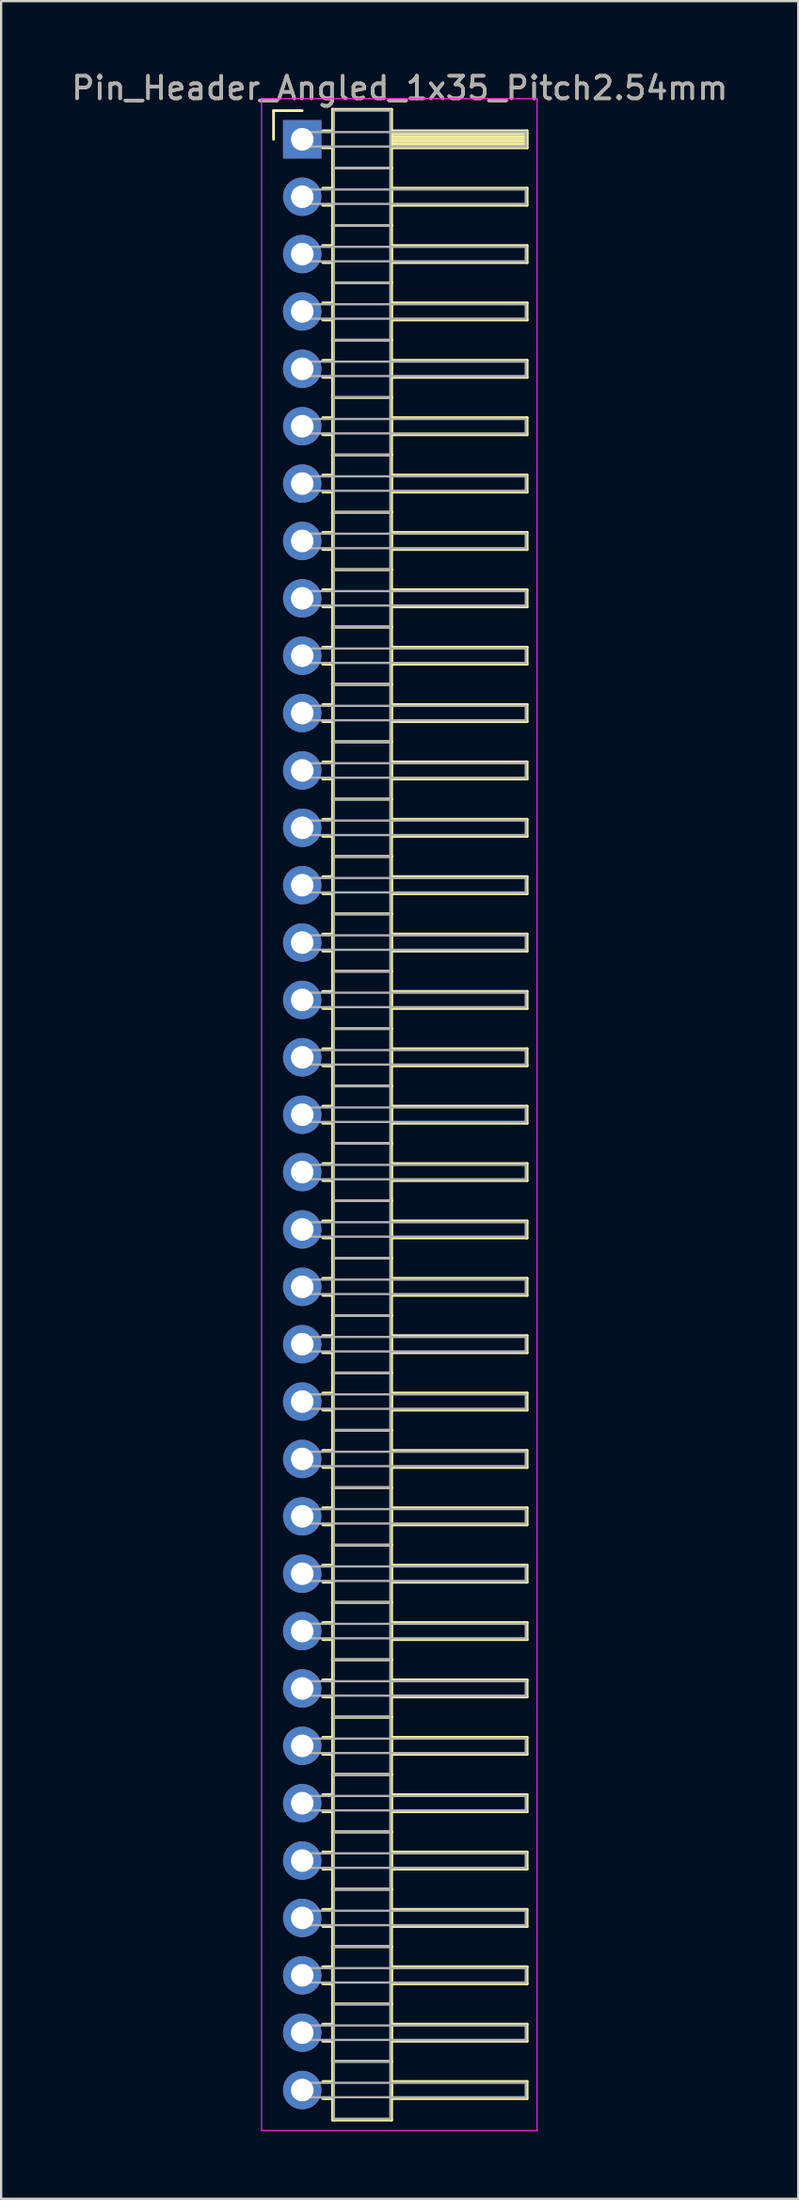
<source format=kicad_pcb>
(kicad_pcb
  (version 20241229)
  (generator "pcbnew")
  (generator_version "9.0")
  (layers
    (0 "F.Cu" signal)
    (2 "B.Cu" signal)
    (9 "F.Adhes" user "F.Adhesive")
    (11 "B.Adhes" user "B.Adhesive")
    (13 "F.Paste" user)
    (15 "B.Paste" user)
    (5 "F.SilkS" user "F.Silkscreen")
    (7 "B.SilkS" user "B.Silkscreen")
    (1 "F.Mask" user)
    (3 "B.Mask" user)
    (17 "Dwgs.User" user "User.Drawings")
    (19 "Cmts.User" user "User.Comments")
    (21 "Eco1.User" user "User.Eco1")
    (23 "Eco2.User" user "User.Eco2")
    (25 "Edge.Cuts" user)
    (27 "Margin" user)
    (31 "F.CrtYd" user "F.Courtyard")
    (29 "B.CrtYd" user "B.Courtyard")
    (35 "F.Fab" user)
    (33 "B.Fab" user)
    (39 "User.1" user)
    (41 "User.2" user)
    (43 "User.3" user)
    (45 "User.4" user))
  (footprint "Pin_Header_Angled_1x35_Pitch2.54mm"
    (layer "F.Cu")
    (at 10.334 3.118)
    (property "Reference" "Pin_Header_Angled_1x35_Pitch2.54mm" (at 4.315 -2.27 0) (layer "F.SilkS") (effects (font (size 1 1) (thickness 0.15))))
    (attr through_hole)
    (fp_line (start -1.27 -1.27) (end 0 -1.27) (stroke (width 0.12) (type solid)) (layer "F.SilkS"))
    (fp_line (start -1.27 0) (end -1.27 -1.27) (stroke (width 0.12) (type solid)) (layer "F.SilkS"))
    (fp_line (start 0.91 -0.38) (end 1.34 -0.38) (stroke (width 0.12) (type solid)) (layer "F.SilkS"))
    (fp_line (start 0.91 0.38) (end 1.34 0.38) (stroke (width 0.12) (type solid)) (layer "F.SilkS"))
    (fp_line (start 0.91 2.16) (end 1.34 2.16) (stroke (width 0.12) (type solid)) (layer "F.SilkS"))
    (fp_line (start 0.91 2.92) (end 1.34 2.92) (stroke (width 0.12) (type solid)) (layer "F.SilkS"))
    (fp_line (start 0.91 4.7) (end 1.34 4.7) (stroke (width 0.12) (type solid)) (layer "F.SilkS"))
    (fp_line (start 0.91 5.46) (end 1.34 5.46) (stroke (width 0.12) (type solid)) (layer "F.SilkS"))
    (fp_line (start 0.91 7.24) (end 1.34 7.24) (stroke (width 0.12) (type solid)) (layer "F.SilkS"))
    (fp_line (start 0.91 8) (end 1.34 8) (stroke (width 0.12) (type solid)) (layer "F.SilkS"))
    (fp_line (start 0.91 9.78) (end 1.34 9.78) (stroke (width 0.12) (type solid)) (layer "F.SilkS"))
    (fp_line (start 0.91 10.54) (end 1.34 10.54) (stroke (width 0.12) (type solid)) (layer "F.SilkS"))
    (fp_line (start 0.91 12.32) (end 1.34 12.32) (stroke (width 0.12) (type solid)) (layer "F.SilkS"))
    (fp_line (start 0.91 13.08) (end 1.34 13.08) (stroke (width 0.12) (type solid)) (layer "F.SilkS"))
    (fp_line (start 0.91 14.86) (end 1.34 14.86) (stroke (width 0.12) (type solid)) (layer "F.SilkS"))
    (fp_line (start 0.91 15.62) (end 1.34 15.62) (stroke (width 0.12) (type solid)) (layer "F.SilkS"))
    (fp_line (start 0.91 17.4) (end 1.34 17.4) (stroke (width 0.12) (type solid)) (layer "F.SilkS"))
    (fp_line (start 0.91 18.16) (end 1.34 18.16) (stroke (width 0.12) (type solid)) (layer "F.SilkS"))
    (fp_line (start 0.91 19.94) (end 1.34 19.94) (stroke (width 0.12) (type solid)) (layer "F.SilkS"))
    (fp_line (start 0.91 20.7) (end 1.34 20.7) (stroke (width 0.12) (type solid)) (layer "F.SilkS"))
    (fp_line (start 0.91 22.48) (end 1.34 22.48) (stroke (width 0.12) (type solid)) (layer "F.SilkS"))
    (fp_line (start 0.91 23.24) (end 1.34 23.24) (stroke (width 0.12) (type solid)) (layer "F.SilkS"))
    (fp_line (start 0.91 25.02) (end 1.34 25.02) (stroke (width 0.12) (type solid)) (layer "F.SilkS"))
    (fp_line (start 0.91 25.78) (end 1.34 25.78) (stroke (width 0.12) (type solid)) (layer "F.SilkS"))
    (fp_line (start 0.91 27.56) (end 1.34 27.56) (stroke (width 0.12) (type solid)) (layer "F.SilkS"))
    (fp_line (start 0.91 28.32) (end 1.34 28.32) (stroke (width 0.12) (type solid)) (layer "F.SilkS"))
    (fp_line (start 0.91 30.1) (end 1.34 30.1) (stroke (width 0.12) (type solid)) (layer "F.SilkS"))
    (fp_line (start 0.91 30.86) (end 1.34 30.86) (stroke (width 0.12) (type solid)) (layer "F.SilkS"))
    (fp_line (start 0.91 32.64) (end 1.34 32.64) (stroke (width 0.12) (type solid)) (layer "F.SilkS"))
    (fp_line (start 0.91 33.4) (end 1.34 33.4) (stroke (width 0.12) (type solid)) (layer "F.SilkS"))
    (fp_line (start 0.91 35.18) (end 1.34 35.18) (stroke (width 0.12) (type solid)) (layer "F.SilkS"))
    (fp_line (start 0.91 35.94) (end 1.34 35.94) (stroke (width 0.12) (type solid)) (layer "F.SilkS"))
    (fp_line (start 0.91 37.72) (end 1.34 37.72) (stroke (width 0.12) (type solid)) (layer "F.SilkS"))
    (fp_line (start 0.91 38.48) (end 1.34 38.48) (stroke (width 0.12) (type solid)) (layer "F.SilkS"))
    (fp_line (start 0.91 40.26) (end 1.34 40.26) (stroke (width 0.12) (type solid)) (layer "F.SilkS"))
    (fp_line (start 0.91 41.02) (end 1.34 41.02) (stroke (width 0.12) (type solid)) (layer "F.SilkS"))
    (fp_line (start 0.91 42.8) (end 1.34 42.8) (stroke (width 0.12) (type solid)) (layer "F.SilkS"))
    (fp_line (start 0.91 43.56) (end 1.34 43.56) (stroke (width 0.12) (type solid)) (layer "F.SilkS"))
    (fp_line (start 0.91 45.34) (end 1.34 45.34) (stroke (width 0.12) (type solid)) (layer "F.SilkS"))
    (fp_line (start 0.91 46.1) (end 1.34 46.1) (stroke (width 0.12) (type solid)) (layer "F.SilkS"))
    (fp_line (start 0.91 47.88) (end 1.34 47.88) (stroke (width 0.12) (type solid)) (layer "F.SilkS"))
    (fp_line (start 0.91 48.64) (end 1.34 48.64) (stroke (width 0.12) (type solid)) (layer "F.SilkS"))
    (fp_line (start 0.91 50.42) (end 1.34 50.42) (stroke (width 0.12) (type solid)) (layer "F.SilkS"))
    (fp_line (start 0.91 51.18) (end 1.34 51.18) (stroke (width 0.12) (type solid)) (layer "F.SilkS"))
    (fp_line (start 0.91 52.96) (end 1.34 52.96) (stroke (width 0.12) (type solid)) (layer "F.SilkS"))
    (fp_line (start 0.91 53.72) (end 1.34 53.72) (stroke (width 0.12) (type solid)) (layer "F.SilkS"))
    (fp_line (start 0.91 55.5) (end 1.34 55.5) (stroke (width 0.12) (type solid)) (layer "F.SilkS"))
    (fp_line (start 0.91 56.26) (end 1.34 56.26) (stroke (width 0.12) (type solid)) (layer "F.SilkS"))
    (fp_line (start 0.91 58.04) (end 1.34 58.04) (stroke (width 0.12) (type solid)) (layer "F.SilkS"))
    (fp_line (start 0.91 58.8) (end 1.34 58.8) (stroke (width 0.12) (type solid)) (layer "F.SilkS"))
    (fp_line (start 0.91 60.58) (end 1.34 60.58) (stroke (width 0.12) (type solid)) (layer "F.SilkS"))
    (fp_line (start 0.91 61.34) (end 1.34 61.34) (stroke (width 0.12) (type solid)) (layer "F.SilkS"))
    (fp_line (start 0.91 63.12) (end 1.34 63.12) (stroke (width 0.12) (type solid)) (layer "F.SilkS"))
    (fp_line (start 0.91 63.88) (end 1.34 63.88) (stroke (width 0.12) (type solid)) (layer "F.SilkS"))
    (fp_line (start 0.91 65.66) (end 1.34 65.66) (stroke (width 0.12) (type solid)) (layer "F.SilkS"))
    (fp_line (start 0.91 66.42) (end 1.34 66.42) (stroke (width 0.12) (type solid)) (layer "F.SilkS"))
    (fp_line (start 0.91 68.2) (end 1.34 68.2) (stroke (width 0.12) (type solid)) (layer "F.SilkS"))
    (fp_line (start 0.91 68.96) (end 1.34 68.96) (stroke (width 0.12) (type solid)) (layer "F.SilkS"))
    (fp_line (start 0.91 70.74) (end 1.34 70.74) (stroke (width 0.12) (type solid)) (layer "F.SilkS"))
    (fp_line (start 0.91 71.5) (end 1.34 71.5) (stroke (width 0.12) (type solid)) (layer "F.SilkS"))
    (fp_line (start 0.91 73.28) (end 1.34 73.28) (stroke (width 0.12) (type solid)) (layer "F.SilkS"))
    (fp_line (start 0.91 74.04) (end 1.34 74.04) (stroke (width 0.12) (type solid)) (layer "F.SilkS"))
    (fp_line (start 0.91 75.82) (end 1.34 75.82) (stroke (width 0.12) (type solid)) (layer "F.SilkS"))
    (fp_line (start 0.91 76.58) (end 1.34 76.58) (stroke (width 0.12) (type solid)) (layer "F.SilkS"))
    (fp_line (start 0.91 78.36) (end 1.34 78.36) (stroke (width 0.12) (type solid)) (layer "F.SilkS"))
    (fp_line (start 0.91 79.12) (end 1.34 79.12) (stroke (width 0.12) (type solid)) (layer "F.SilkS"))
    (fp_line (start 0.91 80.9) (end 1.34 80.9) (stroke (width 0.12) (type solid)) (layer "F.SilkS"))
    (fp_line (start 0.91 81.66) (end 1.34 81.66) (stroke (width 0.12) (type solid)) (layer "F.SilkS"))
    (fp_line (start 0.91 83.44) (end 1.34 83.44) (stroke (width 0.12) (type solid)) (layer "F.SilkS"))
    (fp_line (start 0.91 84.2) (end 1.34 84.2) (stroke (width 0.12) (type solid)) (layer "F.SilkS"))
    (fp_line (start 0.91 85.98) (end 1.34 85.98) (stroke (width 0.12) (type solid)) (layer "F.SilkS"))
    (fp_line (start 0.91 86.74) (end 1.34 86.74) (stroke (width 0.12) (type solid)) (layer "F.SilkS"))
    (fp_line (start 1.34 -1.33) (end 1.34 1.27) (stroke (width 0.12) (type solid)) (layer "F.SilkS"))
    (fp_line (start 1.34 1.27) (end 1.34 3.81) (stroke (width 0.12) (type solid)) (layer "F.SilkS"))
    (fp_line (start 1.34 1.27) (end 3.96 1.27) (stroke (width 0.12) (type solid)) (layer "F.SilkS"))
    (fp_line (start 1.34 3.81) (end 1.34 6.35) (stroke (width 0.12) (type solid)) (layer "F.SilkS"))
    (fp_line (start 1.34 3.81) (end 3.96 3.81) (stroke (width 0.12) (type solid)) (layer "F.SilkS"))
    (fp_line (start 1.34 6.35) (end 1.34 8.89) (stroke (width 0.12) (type solid)) (layer "F.SilkS"))
    (fp_line (start 1.34 6.35) (end 3.96 6.35) (stroke (width 0.12) (type solid)) (layer "F.SilkS"))
    (fp_line (start 1.34 8.89) (end 1.34 11.43) (stroke (width 0.12) (type solid)) (layer "F.SilkS"))
    (fp_line (start 1.34 8.89) (end 3.96 8.89) (stroke (width 0.12) (type solid)) (layer "F.SilkS"))
    (fp_line (start 1.34 11.43) (end 1.34 13.97) (stroke (width 0.12) (type solid)) (layer "F.SilkS"))
    (fp_line (start 1.34 11.43) (end 3.96 11.43) (stroke (width 0.12) (type solid)) (layer "F.SilkS"))
    (fp_line (start 1.34 13.97) (end 1.34 16.51) (stroke (width 0.12) (type solid)) (layer "F.SilkS"))
    (fp_line (start 1.34 13.97) (end 3.96 13.97) (stroke (width 0.12) (type solid)) (layer "F.SilkS"))
    (fp_line (start 1.34 16.51) (end 1.34 19.05) (stroke (width 0.12) (type solid)) (layer "F.SilkS"))
    (fp_line (start 1.34 16.51) (end 3.96 16.51) (stroke (width 0.12) (type solid)) (layer "F.SilkS"))
    (fp_line (start 1.34 19.05) (end 1.34 21.59) (stroke (width 0.12) (type solid)) (layer "F.SilkS"))
    (fp_line (start 1.34 19.05) (end 3.96 19.05) (stroke (width 0.12) (type solid)) (layer "F.SilkS"))
    (fp_line (start 1.34 21.59) (end 1.34 24.13) (stroke (width 0.12) (type solid)) (layer "F.SilkS"))
    (fp_line (start 1.34 21.59) (end 3.96 21.59) (stroke (width 0.12) (type solid)) (layer "F.SilkS"))
    (fp_line (start 1.34 24.13) (end 1.34 26.67) (stroke (width 0.12) (type solid)) (layer "F.SilkS"))
    (fp_line (start 1.34 24.13) (end 3.96 24.13) (stroke (width 0.12) (type solid)) (layer "F.SilkS"))
    (fp_line (start 1.34 26.67) (end 1.34 29.21) (stroke (width 0.12) (type solid)) (layer "F.SilkS"))
    (fp_line (start 1.34 26.67) (end 3.96 26.67) (stroke (width 0.12) (type solid)) (layer "F.SilkS"))
    (fp_line (start 1.34 29.21) (end 1.34 31.75) (stroke (width 0.12) (type solid)) (layer "F.SilkS"))
    (fp_line (start 1.34 29.21) (end 3.96 29.21) (stroke (width 0.12) (type solid)) (layer "F.SilkS"))
    (fp_line (start 1.34 31.75) (end 1.34 34.29) (stroke (width 0.12) (type solid)) (layer "F.SilkS"))
    (fp_line (start 1.34 31.75) (end 3.96 31.75) (stroke (width 0.12) (type solid)) (layer "F.SilkS"))
    (fp_line (start 1.34 34.29) (end 1.34 36.83) (stroke (width 0.12) (type solid)) (layer "F.SilkS"))
    (fp_line (start 1.34 34.29) (end 3.96 34.29) (stroke (width 0.12) (type solid)) (layer "F.SilkS"))
    (fp_line (start 1.34 36.83) (end 1.34 39.37) (stroke (width 0.12) (type solid)) (layer "F.SilkS"))
    (fp_line (start 1.34 36.83) (end 3.96 36.83) (stroke (width 0.12) (type solid)) (layer "F.SilkS"))
    (fp_line (start 1.34 39.37) (end 1.34 41.91) (stroke (width 0.12) (type solid)) (layer "F.SilkS"))
    (fp_line (start 1.34 39.37) (end 3.96 39.37) (stroke (width 0.12) (type solid)) (layer "F.SilkS"))
    (fp_line (start 1.34 41.91) (end 1.34 44.45) (stroke (width 0.12) (type solid)) (layer "F.SilkS"))
    (fp_line (start 1.34 41.91) (end 3.96 41.91) (stroke (width 0.12) (type solid)) (layer "F.SilkS"))
    (fp_line (start 1.34 44.45) (end 1.34 46.99) (stroke (width 0.12) (type solid)) (layer "F.SilkS"))
    (fp_line (start 1.34 44.45) (end 3.96 44.45) (stroke (width 0.12) (type solid)) (layer "F.SilkS"))
    (fp_line (start 1.34 46.99) (end 1.34 49.53) (stroke (width 0.12) (type solid)) (layer "F.SilkS"))
    (fp_line (start 1.34 46.99) (end 3.96 46.99) (stroke (width 0.12) (type solid)) (layer "F.SilkS"))
    (fp_line (start 1.34 49.53) (end 1.34 52.07) (stroke (width 0.12) (type solid)) (layer "F.SilkS"))
    (fp_line (start 1.34 49.53) (end 3.96 49.53) (stroke (width 0.12) (type solid)) (layer "F.SilkS"))
    (fp_line (start 1.34 52.07) (end 1.34 54.61) (stroke (width 0.12) (type solid)) (layer "F.SilkS"))
    (fp_line (start 1.34 52.07) (end 3.96 52.07) (stroke (width 0.12) (type solid)) (layer "F.SilkS"))
    (fp_line (start 1.34 54.61) (end 1.34 57.15) (stroke (width 0.12) (type solid)) (layer "F.SilkS"))
    (fp_line (start 1.34 54.61) (end 3.96 54.61) (stroke (width 0.12) (type solid)) (layer "F.SilkS"))
    (fp_line (start 1.34 57.15) (end 1.34 59.69) (stroke (width 0.12) (type solid)) (layer "F.SilkS"))
    (fp_line (start 1.34 57.15) (end 3.96 57.15) (stroke (width 0.12) (type solid)) (layer "F.SilkS"))
    (fp_line (start 1.34 59.69) (end 1.34 62.23) (stroke (width 0.12) (type solid)) (layer "F.SilkS"))
    (fp_line (start 1.34 59.69) (end 3.96 59.69) (stroke (width 0.12) (type solid)) (layer "F.SilkS"))
    (fp_line (start 1.34 62.23) (end 1.34 64.77) (stroke (width 0.12) (type solid)) (layer "F.SilkS"))
    (fp_line (start 1.34 62.23) (end 3.96 62.23) (stroke (width 0.12) (type solid)) (layer "F.SilkS"))
    (fp_line (start 1.34 64.77) (end 1.34 67.31) (stroke (width 0.12) (type solid)) (layer "F.SilkS"))
    (fp_line (start 1.34 64.77) (end 3.96 64.77) (stroke (width 0.12) (type solid)) (layer "F.SilkS"))
    (fp_line (start 1.34 67.31) (end 1.34 69.85) (stroke (width 0.12) (type solid)) (layer "F.SilkS"))
    (fp_line (start 1.34 67.31) (end 3.96 67.31) (stroke (width 0.12) (type solid)) (layer "F.SilkS"))
    (fp_line (start 1.34 69.85) (end 1.34 72.39) (stroke (width 0.12) (type solid)) (layer "F.SilkS"))
    (fp_line (start 1.34 69.85) (end 3.96 69.85) (stroke (width 0.12) (type solid)) (layer "F.SilkS"))
    (fp_line (start 1.34 72.39) (end 1.34 74.93) (stroke (width 0.12) (type solid)) (layer "F.SilkS"))
    (fp_line (start 1.34 72.39) (end 3.96 72.39) (stroke (width 0.12) (type solid)) (layer "F.SilkS"))
    (fp_line (start 1.34 74.93) (end 1.34 77.47) (stroke (width 0.12) (type solid)) (layer "F.SilkS"))
    (fp_line (start 1.34 74.93) (end 3.96 74.93) (stroke (width 0.12) (type solid)) (layer "F.SilkS"))
    (fp_line (start 1.34 77.47) (end 1.34 80.01) (stroke (width 0.12) (type solid)) (layer "F.SilkS"))
    (fp_line (start 1.34 77.47) (end 3.96 77.47) (stroke (width 0.12) (type solid)) (layer "F.SilkS"))
    (fp_line (start 1.34 80.01) (end 1.34 82.55) (stroke (width 0.12) (type solid)) (layer "F.SilkS"))
    (fp_line (start 1.34 80.01) (end 3.96 80.01) (stroke (width 0.12) (type solid)) (layer "F.SilkS"))
    (fp_line (start 1.34 82.55) (end 1.34 85.09) (stroke (width 0.12) (type solid)) (layer "F.SilkS"))
    (fp_line (start 1.34 82.55) (end 3.96 82.55) (stroke (width 0.12) (type solid)) (layer "F.SilkS"))
    (fp_line (start 1.34 85.09) (end 1.34 87.69) (stroke (width 0.12) (type solid)) (layer "F.SilkS"))
    (fp_line (start 1.34 85.09) (end 3.96 85.09) (stroke (width 0.12) (type solid)) (layer "F.SilkS"))
    (fp_line (start 1.34 87.69) (end 3.96 87.69) (stroke (width 0.12) (type solid)) (layer "F.SilkS"))
    (fp_line (start 3.96 -1.33) (end 1.34 -1.33) (stroke (width 0.12) (type solid)) (layer "F.SilkS"))
    (fp_line (start 3.96 -0.38) (end 3.96 0.38) (stroke (width 0.12) (type solid)) (layer "F.SilkS"))
    (fp_line (start 3.96 -0.26) (end 9.96 -0.26) (stroke (width 0.12) (type solid)) (layer "F.SilkS"))
    (fp_line (start 3.96 -0.14) (end 9.96 -0.14) (stroke (width 0.12) (type solid)) (layer "F.SilkS"))
    (fp_line (start 3.96 -0.02) (end 9.96 -0.02) (stroke (width 0.12) (type solid)) (layer "F.SilkS"))
    (fp_line (start 3.96 0.1) (end 9.96 0.1) (stroke (width 0.12) (type solid)) (layer "F.SilkS"))
    (fp_line (start 3.96 0.22) (end 9.96 0.22) (stroke (width 0.12) (type solid)) (layer "F.SilkS"))
    (fp_line (start 3.96 0.34) (end 9.96 0.34) (stroke (width 0.12) (type solid)) (layer "F.SilkS"))
    (fp_line (start 3.96 0.38) (end 9.96 0.38) (stroke (width 0.12) (type solid)) (layer "F.SilkS"))
    (fp_line (start 3.96 1.27) (end 1.34 1.27) (stroke (width 0.12) (type solid)) (layer "F.SilkS"))
    (fp_line (start 3.96 1.27) (end 3.96 -1.33) (stroke (width 0.12) (type solid)) (layer "F.SilkS"))
    (fp_line (start 3.96 2.16) (end 3.96 2.92) (stroke (width 0.12) (type solid)) (layer "F.SilkS"))
    (fp_line (start 3.96 2.92) (end 9.96 2.92) (stroke (width 0.12) (type solid)) (layer "F.SilkS"))
    (fp_line (start 3.96 3.81) (end 1.34 3.81) (stroke (width 0.12) (type solid)) (layer "F.SilkS"))
    (fp_line (start 3.96 3.81) (end 3.96 1.27) (stroke (width 0.12) (type solid)) (layer "F.SilkS"))
    (fp_line (start 3.96 4.7) (end 3.96 5.46) (stroke (width 0.12) (type solid)) (layer "F.SilkS"))
    (fp_line (start 3.96 5.46) (end 9.96 5.46) (stroke (width 0.12) (type solid)) (layer "F.SilkS"))
    (fp_line (start 3.96 6.35) (end 1.34 6.35) (stroke (width 0.12) (type solid)) (layer "F.SilkS"))
    (fp_line (start 3.96 6.35) (end 3.96 3.81) (stroke (width 0.12) (type solid)) (layer "F.SilkS"))
    (fp_line (start 3.96 7.24) (end 3.96 8) (stroke (width 0.12) (type solid)) (layer "F.SilkS"))
    (fp_line (start 3.96 8) (end 9.96 8) (stroke (width 0.12) (type solid)) (layer "F.SilkS"))
    (fp_line (start 3.96 8.89) (end 1.34 8.89) (stroke (width 0.12) (type solid)) (layer "F.SilkS"))
    (fp_line (start 3.96 8.89) (end 3.96 6.35) (stroke (width 0.12) (type solid)) (layer "F.SilkS"))
    (fp_line (start 3.96 9.78) (end 3.96 10.54) (stroke (width 0.12) (type solid)) (layer "F.SilkS"))
    (fp_line (start 3.96 10.54) (end 9.96 10.54) (stroke (width 0.12) (type solid)) (layer "F.SilkS"))
    (fp_line (start 3.96 11.43) (end 1.34 11.43) (stroke (width 0.12) (type solid)) (layer "F.SilkS"))
    (fp_line (start 3.96 11.43) (end 3.96 8.89) (stroke (width 0.12) (type solid)) (layer "F.SilkS"))
    (fp_line (start 3.96 12.32) (end 3.96 13.08) (stroke (width 0.12) (type solid)) (layer "F.SilkS"))
    (fp_line (start 3.96 13.08) (end 9.96 13.08) (stroke (width 0.12) (type solid)) (layer "F.SilkS"))
    (fp_line (start 3.96 13.97) (end 1.34 13.97) (stroke (width 0.12) (type solid)) (layer "F.SilkS"))
    (fp_line (start 3.96 13.97) (end 3.96 11.43) (stroke (width 0.12) (type solid)) (layer "F.SilkS"))
    (fp_line (start 3.96 14.86) (end 3.96 15.62) (stroke (width 0.12) (type solid)) (layer "F.SilkS"))
    (fp_line (start 3.96 15.62) (end 9.96 15.62) (stroke (width 0.12) (type solid)) (layer "F.SilkS"))
    (fp_line (start 3.96 16.51) (end 1.34 16.51) (stroke (width 0.12) (type solid)) (layer "F.SilkS"))
    (fp_line (start 3.96 16.51) (end 3.96 13.97) (stroke (width 0.12) (type solid)) (layer "F.SilkS"))
    (fp_line (start 3.96 17.4) (end 3.96 18.16) (stroke (width 0.12) (type solid)) (layer "F.SilkS"))
    (fp_line (start 3.96 18.16) (end 9.96 18.16) (stroke (width 0.12) (type solid)) (layer "F.SilkS"))
    (fp_line (start 3.96 19.05) (end 1.34 19.05) (stroke (width 0.12) (type solid)) (layer "F.SilkS"))
    (fp_line (start 3.96 19.05) (end 3.96 16.51) (stroke (width 0.12) (type solid)) (layer "F.SilkS"))
    (fp_line (start 3.96 19.94) (end 3.96 20.7) (stroke (width 0.12) (type solid)) (layer "F.SilkS"))
    (fp_line (start 3.96 20.7) (end 9.96 20.7) (stroke (width 0.12) (type solid)) (layer "F.SilkS"))
    (fp_line (start 3.96 21.59) (end 1.34 21.59) (stroke (width 0.12) (type solid)) (layer "F.SilkS"))
    (fp_line (start 3.96 21.59) (end 3.96 19.05) (stroke (width 0.12) (type solid)) (layer "F.SilkS"))
    (fp_line (start 3.96 22.48) (end 3.96 23.24) (stroke (width 0.12) (type solid)) (layer "F.SilkS"))
    (fp_line (start 3.96 23.24) (end 9.96 23.24) (stroke (width 0.12) (type solid)) (layer "F.SilkS"))
    (fp_line (start 3.96 24.13) (end 1.34 24.13) (stroke (width 0.12) (type solid)) (layer "F.SilkS"))
    (fp_line (start 3.96 24.13) (end 3.96 21.59) (stroke (width 0.12) (type solid)) (layer "F.SilkS"))
    (fp_line (start 3.96 25.02) (end 3.96 25.78) (stroke (width 0.12) (type solid)) (layer "F.SilkS"))
    (fp_line (start 3.96 25.78) (end 9.96 25.78) (stroke (width 0.12) (type solid)) (layer "F.SilkS"))
    (fp_line (start 3.96 26.67) (end 1.34 26.67) (stroke (width 0.12) (type solid)) (layer "F.SilkS"))
    (fp_line (start 3.96 26.67) (end 3.96 24.13) (stroke (width 0.12) (type solid)) (layer "F.SilkS"))
    (fp_line (start 3.96 27.56) (end 3.96 28.32) (stroke (width 0.12) (type solid)) (layer "F.SilkS"))
    (fp_line (start 3.96 28.32) (end 9.96 28.32) (stroke (width 0.12) (type solid)) (layer "F.SilkS"))
    (fp_line (start 3.96 29.21) (end 1.34 29.21) (stroke (width 0.12) (type solid)) (layer "F.SilkS"))
    (fp_line (start 3.96 29.21) (end 3.96 26.67) (stroke (width 0.12) (type solid)) (layer "F.SilkS"))
    (fp_line (start 3.96 30.1) (end 3.96 30.86) (stroke (width 0.12) (type solid)) (layer "F.SilkS"))
    (fp_line (start 3.96 30.86) (end 9.96 30.86) (stroke (width 0.12) (type solid)) (layer "F.SilkS"))
    (fp_line (start 3.96 31.75) (end 1.34 31.75) (stroke (width 0.12) (type solid)) (layer "F.SilkS"))
    (fp_line (start 3.96 31.75) (end 3.96 29.21) (stroke (width 0.12) (type solid)) (layer "F.SilkS"))
    (fp_line (start 3.96 32.64) (end 3.96 33.4) (stroke (width 0.12) (type solid)) (layer "F.SilkS"))
    (fp_line (start 3.96 33.4) (end 9.96 33.4) (stroke (width 0.12) (type solid)) (layer "F.SilkS"))
    (fp_line (start 3.96 34.29) (end 1.34 34.29) (stroke (width 0.12) (type solid)) (layer "F.SilkS"))
    (fp_line (start 3.96 34.29) (end 3.96 31.75) (stroke (width 0.12) (type solid)) (layer "F.SilkS"))
    (fp_line (start 3.96 35.18) (end 3.96 35.94) (stroke (width 0.12) (type solid)) (layer "F.SilkS"))
    (fp_line (start 3.96 35.94) (end 9.96 35.94) (stroke (width 0.12) (type solid)) (layer "F.SilkS"))
    (fp_line (start 3.96 36.83) (end 1.34 36.83) (stroke (width 0.12) (type solid)) (layer "F.SilkS"))
    (fp_line (start 3.96 36.83) (end 3.96 34.29) (stroke (width 0.12) (type solid)) (layer "F.SilkS"))
    (fp_line (start 3.96 37.72) (end 3.96 38.48) (stroke (width 0.12) (type solid)) (layer "F.SilkS"))
    (fp_line (start 3.96 38.48) (end 9.96 38.48) (stroke (width 0.12) (type solid)) (layer "F.SilkS"))
    (fp_line (start 3.96 39.37) (end 1.34 39.37) (stroke (width 0.12) (type solid)) (layer "F.SilkS"))
    (fp_line (start 3.96 39.37) (end 3.96 36.83) (stroke (width 0.12) (type solid)) (layer "F.SilkS"))
    (fp_line (start 3.96 40.26) (end 3.96 41.02) (stroke (width 0.12) (type solid)) (layer "F.SilkS"))
    (fp_line (start 3.96 41.02) (end 9.96 41.02) (stroke (width 0.12) (type solid)) (layer "F.SilkS"))
    (fp_line (start 3.96 41.91) (end 1.34 41.91) (stroke (width 0.12) (type solid)) (layer "F.SilkS"))
    (fp_line (start 3.96 41.91) (end 3.96 39.37) (stroke (width 0.12) (type solid)) (layer "F.SilkS"))
    (fp_line (start 3.96 42.8) (end 3.96 43.56) (stroke (width 0.12) (type solid)) (layer "F.SilkS"))
    (fp_line (start 3.96 43.56) (end 9.96 43.56) (stroke (width 0.12) (type solid)) (layer "F.SilkS"))
    (fp_line (start 3.96 44.45) (end 1.34 44.45) (stroke (width 0.12) (type solid)) (layer "F.SilkS"))
    (fp_line (start 3.96 44.45) (end 3.96 41.91) (stroke (width 0.12) (type solid)) (layer "F.SilkS"))
    (fp_line (start 3.96 45.34) (end 3.96 46.1) (stroke (width 0.12) (type solid)) (layer "F.SilkS"))
    (fp_line (start 3.96 46.1) (end 9.96 46.1) (stroke (width 0.12) (type solid)) (layer "F.SilkS"))
    (fp_line (start 3.96 46.99) (end 1.34 46.99) (stroke (width 0.12) (type solid)) (layer "F.SilkS"))
    (fp_line (start 3.96 46.99) (end 3.96 44.45) (stroke (width 0.12) (type solid)) (layer "F.SilkS"))
    (fp_line (start 3.96 47.88) (end 3.96 48.64) (stroke (width 0.12) (type solid)) (layer "F.SilkS"))
    (fp_line (start 3.96 48.64) (end 9.96 48.64) (stroke (width 0.12) (type solid)) (layer "F.SilkS"))
    (fp_line (start 3.96 49.53) (end 1.34 49.53) (stroke (width 0.12) (type solid)) (layer "F.SilkS"))
    (fp_line (start 3.96 49.53) (end 3.96 46.99) (stroke (width 0.12) (type solid)) (layer "F.SilkS"))
    (fp_line (start 3.96 50.42) (end 3.96 51.18) (stroke (width 0.12) (type solid)) (layer "F.SilkS"))
    (fp_line (start 3.96 51.18) (end 9.96 51.18) (stroke (width 0.12) (type solid)) (layer "F.SilkS"))
    (fp_line (start 3.96 52.07) (end 1.34 52.07) (stroke (width 0.12) (type solid)) (layer "F.SilkS"))
    (fp_line (start 3.96 52.07) (end 3.96 49.53) (stroke (width 0.12) (type solid)) (layer "F.SilkS"))
    (fp_line (start 3.96 52.96) (end 3.96 53.72) (stroke (width 0.12) (type solid)) (layer "F.SilkS"))
    (fp_line (start 3.96 53.72) (end 9.96 53.72) (stroke (width 0.12) (type solid)) (layer "F.SilkS"))
    (fp_line (start 3.96 54.61) (end 1.34 54.61) (stroke (width 0.12) (type solid)) (layer "F.SilkS"))
    (fp_line (start 3.96 54.61) (end 3.96 52.07) (stroke (width 0.12) (type solid)) (layer "F.SilkS"))
    (fp_line (start 3.96 55.5) (end 3.96 56.26) (stroke (width 0.12) (type solid)) (layer "F.SilkS"))
    (fp_line (start 3.96 56.26) (end 9.96 56.26) (stroke (width 0.12) (type solid)) (layer "F.SilkS"))
    (fp_line (start 3.96 57.15) (end 1.34 57.15) (stroke (width 0.12) (type solid)) (layer "F.SilkS"))
    (fp_line (start 3.96 57.15) (end 3.96 54.61) (stroke (width 0.12) (type solid)) (layer "F.SilkS"))
    (fp_line (start 3.96 58.04) (end 3.96 58.8) (stroke (width 0.12) (type solid)) (layer "F.SilkS"))
    (fp_line (start 3.96 58.8) (end 9.96 58.8) (stroke (width 0.12) (type solid)) (layer "F.SilkS"))
    (fp_line (start 3.96 59.69) (end 1.34 59.69) (stroke (width 0.12) (type solid)) (layer "F.SilkS"))
    (fp_line (start 3.96 59.69) (end 3.96 57.15) (stroke (width 0.12) (type solid)) (layer "F.SilkS"))
    (fp_line (start 3.96 60.58) (end 3.96 61.34) (stroke (width 0.12) (type solid)) (layer "F.SilkS"))
    (fp_line (start 3.96 61.34) (end 9.96 61.34) (stroke (width 0.12) (type solid)) (layer "F.SilkS"))
    (fp_line (start 3.96 62.23) (end 1.34 62.23) (stroke (width 0.12) (type solid)) (layer "F.SilkS"))
    (fp_line (start 3.96 62.23) (end 3.96 59.69) (stroke (width 0.12) (type solid)) (layer "F.SilkS"))
    (fp_line (start 3.96 63.12) (end 3.96 63.88) (stroke (width 0.12) (type solid)) (layer "F.SilkS"))
    (fp_line (start 3.96 63.88) (end 9.96 63.88) (stroke (width 0.12) (type solid)) (layer "F.SilkS"))
    (fp_line (start 3.96 64.77) (end 1.34 64.77) (stroke (width 0.12) (type solid)) (layer "F.SilkS"))
    (fp_line (start 3.96 64.77) (end 3.96 62.23) (stroke (width 0.12) (type solid)) (layer "F.SilkS"))
    (fp_line (start 3.96 65.66) (end 3.96 66.42) (stroke (width 0.12) (type solid)) (layer "F.SilkS"))
    (fp_line (start 3.96 66.42) (end 9.96 66.42) (stroke (width 0.12) (type solid)) (layer "F.SilkS"))
    (fp_line (start 3.96 67.31) (end 1.34 67.31) (stroke (width 0.12) (type solid)) (layer "F.SilkS"))
    (fp_line (start 3.96 67.31) (end 3.96 64.77) (stroke (width 0.12) (type solid)) (layer "F.SilkS"))
    (fp_line (start 3.96 68.2) (end 3.96 68.96) (stroke (width 0.12) (type solid)) (layer "F.SilkS"))
    (fp_line (start 3.96 68.96) (end 9.96 68.96) (stroke (width 0.12) (type solid)) (layer "F.SilkS"))
    (fp_line (start 3.96 69.85) (end 1.34 69.85) (stroke (width 0.12) (type solid)) (layer "F.SilkS"))
    (fp_line (start 3.96 69.85) (end 3.96 67.31) (stroke (width 0.12) (type solid)) (layer "F.SilkS"))
    (fp_line (start 3.96 70.74) (end 3.96 71.5) (stroke (width 0.12) (type solid)) (layer "F.SilkS"))
    (fp_line (start 3.96 71.5) (end 9.96 71.5) (stroke (width 0.12) (type solid)) (layer "F.SilkS"))
    (fp_line (start 3.96 72.39) (end 1.34 72.39) (stroke (width 0.12) (type solid)) (layer "F.SilkS"))
    (fp_line (start 3.96 72.39) (end 3.96 69.85) (stroke (width 0.12) (type solid)) (layer "F.SilkS"))
    (fp_line (start 3.96 73.28) (end 3.96 74.04) (stroke (width 0.12) (type solid)) (layer "F.SilkS"))
    (fp_line (start 3.96 74.04) (end 9.96 74.04) (stroke (width 0.12) (type solid)) (layer "F.SilkS"))
    (fp_line (start 3.96 74.93) (end 1.34 74.93) (stroke (width 0.12) (type solid)) (layer "F.SilkS"))
    (fp_line (start 3.96 74.93) (end 3.96 72.39) (stroke (width 0.12) (type solid)) (layer "F.SilkS"))
    (fp_line (start 3.96 75.82) (end 3.96 76.58) (stroke (width 0.12) (type solid)) (layer "F.SilkS"))
    (fp_line (start 3.96 76.58) (end 9.96 76.58) (stroke (width 0.12) (type solid)) (layer "F.SilkS"))
    (fp_line (start 3.96 77.47) (end 1.34 77.47) (stroke (width 0.12) (type solid)) (layer "F.SilkS"))
    (fp_line (start 3.96 77.47) (end 3.96 74.93) (stroke (width 0.12) (type solid)) (layer "F.SilkS"))
    (fp_line (start 3.96 78.36) (end 3.96 79.12) (stroke (width 0.12) (type solid)) (layer "F.SilkS"))
    (fp_line (start 3.96 79.12) (end 9.96 79.12) (stroke (width 0.12) (type solid)) (layer "F.SilkS"))
    (fp_line (start 3.96 80.01) (end 1.34 80.01) (stroke (width 0.12) (type solid)) (layer "F.SilkS"))
    (fp_line (start 3.96 80.01) (end 3.96 77.47) (stroke (width 0.12) (type solid)) (layer "F.SilkS"))
    (fp_line (start 3.96 80.9) (end 3.96 81.66) (stroke (width 0.12) (type solid)) (layer "F.SilkS"))
    (fp_line (start 3.96 81.66) (end 9.96 81.66) (stroke (width 0.12) (type solid)) (layer "F.SilkS"))
    (fp_line (start 3.96 82.55) (end 1.34 82.55) (stroke (width 0.12) (type solid)) (layer "F.SilkS"))
    (fp_line (start 3.96 82.55) (end 3.96 80.01) (stroke (width 0.12) (type solid)) (layer "F.SilkS"))
    (fp_line (start 3.96 83.44) (end 3.96 84.2) (stroke (width 0.12) (type solid)) (layer "F.SilkS"))
    (fp_line (start 3.96 84.2) (end 9.96 84.2) (stroke (width 0.12) (type solid)) (layer "F.SilkS"))
    (fp_line (start 3.96 85.09) (end 1.34 85.09) (stroke (width 0.12) (type solid)) (layer "F.SilkS"))
    (fp_line (start 3.96 85.09) (end 3.96 82.55) (stroke (width 0.12) (type solid)) (layer "F.SilkS"))
    (fp_line (start 3.96 85.98) (end 3.96 86.74) (stroke (width 0.12) (type solid)) (layer "F.SilkS"))
    (fp_line (start 3.96 86.74) (end 9.96 86.74) (stroke (width 0.12) (type solid)) (layer "F.SilkS"))
    (fp_line (start 3.96 87.69) (end 3.96 85.09) (stroke (width 0.12) (type solid)) (layer "F.SilkS"))
    (fp_line (start 9.96 -0.38) (end 3.96 -0.38) (stroke (width 0.12) (type solid)) (layer "F.SilkS"))
    (fp_line (start 9.96 0.38) (end 9.96 -0.38) (stroke (width 0.12) (type solid)) (layer "F.SilkS"))
    (fp_line (start 9.96 2.16) (end 3.96 2.16) (stroke (width 0.12) (type solid)) (layer "F.SilkS"))
    (fp_line (start 9.96 2.92) (end 9.96 2.16) (stroke (width 0.12) (type solid)) (layer "F.SilkS"))
    (fp_line (start 9.96 4.7) (end 3.96 4.7) (stroke (width 0.12) (type solid)) (layer "F.SilkS"))
    (fp_line (start 9.96 5.46) (end 9.96 4.7) (stroke (width 0.12) (type solid)) (layer "F.SilkS"))
    (fp_line (start 9.96 7.24) (end 3.96 7.24) (stroke (width 0.12) (type solid)) (layer "F.SilkS"))
    (fp_line (start 9.96 8) (end 9.96 7.24) (stroke (width 0.12) (type solid)) (layer "F.SilkS"))
    (fp_line (start 9.96 9.78) (end 3.96 9.78) (stroke (width 0.12) (type solid)) (layer "F.SilkS"))
    (fp_line (start 9.96 10.54) (end 9.96 9.78) (stroke (width 0.12) (type solid)) (layer "F.SilkS"))
    (fp_line (start 9.96 12.32) (end 3.96 12.32) (stroke (width 0.12) (type solid)) (layer "F.SilkS"))
    (fp_line (start 9.96 13.08) (end 9.96 12.32) (stroke (width 0.12) (type solid)) (layer "F.SilkS"))
    (fp_line (start 9.96 14.86) (end 3.96 14.86) (stroke (width 0.12) (type solid)) (layer "F.SilkS"))
    (fp_line (start 9.96 15.62) (end 9.96 14.86) (stroke (width 0.12) (type solid)) (layer "F.SilkS"))
    (fp_line (start 9.96 17.4) (end 3.96 17.4) (stroke (width 0.12) (type solid)) (layer "F.SilkS"))
    (fp_line (start 9.96 18.16) (end 9.96 17.4) (stroke (width 0.12) (type solid)) (layer "F.SilkS"))
    (fp_line (start 9.96 19.94) (end 3.96 19.94) (stroke (width 0.12) (type solid)) (layer "F.SilkS"))
    (fp_line (start 9.96 20.7) (end 9.96 19.94) (stroke (width 0.12) (type solid)) (layer "F.SilkS"))
    (fp_line (start 9.96 22.48) (end 3.96 22.48) (stroke (width 0.12) (type solid)) (layer "F.SilkS"))
    (fp_line (start 9.96 23.24) (end 9.96 22.48) (stroke (width 0.12) (type solid)) (layer "F.SilkS"))
    (fp_line (start 9.96 25.02) (end 3.96 25.02) (stroke (width 0.12) (type solid)) (layer "F.SilkS"))
    (fp_line (start 9.96 25.78) (end 9.96 25.02) (stroke (width 0.12) (type solid)) (layer "F.SilkS"))
    (fp_line (start 9.96 27.56) (end 3.96 27.56) (stroke (width 0.12) (type solid)) (layer "F.SilkS"))
    (fp_line (start 9.96 28.32) (end 9.96 27.56) (stroke (width 0.12) (type solid)) (layer "F.SilkS"))
    (fp_line (start 9.96 30.1) (end 3.96 30.1) (stroke (width 0.12) (type solid)) (layer "F.SilkS"))
    (fp_line (start 9.96 30.86) (end 9.96 30.1) (stroke (width 0.12) (type solid)) (layer "F.SilkS"))
    (fp_line (start 9.96 32.64) (end 3.96 32.64) (stroke (width 0.12) (type solid)) (layer "F.SilkS"))
    (fp_line (start 9.96 33.4) (end 9.96 32.64) (stroke (width 0.12) (type solid)) (layer "F.SilkS"))
    (fp_line (start 9.96 35.18) (end 3.96 35.18) (stroke (width 0.12) (type solid)) (layer "F.SilkS"))
    (fp_line (start 9.96 35.94) (end 9.96 35.18) (stroke (width 0.12) (type solid)) (layer "F.SilkS"))
    (fp_line (start 9.96 37.72) (end 3.96 37.72) (stroke (width 0.12) (type solid)) (layer "F.SilkS"))
    (fp_line (start 9.96 38.48) (end 9.96 37.72) (stroke (width 0.12) (type solid)) (layer "F.SilkS"))
    (fp_line (start 9.96 40.26) (end 3.96 40.26) (stroke (width 0.12) (type solid)) (layer "F.SilkS"))
    (fp_line (start 9.96 41.02) (end 9.96 40.26) (stroke (width 0.12) (type solid)) (layer "F.SilkS"))
    (fp_line (start 9.96 42.8) (end 3.96 42.8) (stroke (width 0.12) (type solid)) (layer "F.SilkS"))
    (fp_line (start 9.96 43.56) (end 9.96 42.8) (stroke (width 0.12) (type solid)) (layer "F.SilkS"))
    (fp_line (start 9.96 45.34) (end 3.96 45.34) (stroke (width 0.12) (type solid)) (layer "F.SilkS"))
    (fp_line (start 9.96 46.1) (end 9.96 45.34) (stroke (width 0.12) (type solid)) (layer "F.SilkS"))
    (fp_line (start 9.96 47.88) (end 3.96 47.88) (stroke (width 0.12) (type solid)) (layer "F.SilkS"))
    (fp_line (start 9.96 48.64) (end 9.96 47.88) (stroke (width 0.12) (type solid)) (layer "F.SilkS"))
    (fp_line (start 9.96 50.42) (end 3.96 50.42) (stroke (width 0.12) (type solid)) (layer "F.SilkS"))
    (fp_line (start 9.96 51.18) (end 9.96 50.42) (stroke (width 0.12) (type solid)) (layer "F.SilkS"))
    (fp_line (start 9.96 52.96) (end 3.96 52.96) (stroke (width 0.12) (type solid)) (layer "F.SilkS"))
    (fp_line (start 9.96 53.72) (end 9.96 52.96) (stroke (width 0.12) (type solid)) (layer "F.SilkS"))
    (fp_line (start 9.96 55.5) (end 3.96 55.5) (stroke (width 0.12) (type solid)) (layer "F.SilkS"))
    (fp_line (start 9.96 56.26) (end 9.96 55.5) (stroke (width 0.12) (type solid)) (layer "F.SilkS"))
    (fp_line (start 9.96 58.04) (end 3.96 58.04) (stroke (width 0.12) (type solid)) (layer "F.SilkS"))
    (fp_line (start 9.96 58.8) (end 9.96 58.04) (stroke (width 0.12) (type solid)) (layer "F.SilkS"))
    (fp_line (start 9.96 60.58) (end 3.96 60.58) (stroke (width 0.12) (type solid)) (layer "F.SilkS"))
    (fp_line (start 9.96 61.34) (end 9.96 60.58) (stroke (width 0.12) (type solid)) (layer "F.SilkS"))
    (fp_line (start 9.96 63.12) (end 3.96 63.12) (stroke (width 0.12) (type solid)) (layer "F.SilkS"))
    (fp_line (start 9.96 63.88) (end 9.96 63.12) (stroke (width 0.12) (type solid)) (layer "F.SilkS"))
    (fp_line (start 9.96 65.66) (end 3.96 65.66) (stroke (width 0.12) (type solid)) (layer "F.SilkS"))
    (fp_line (start 9.96 66.42) (end 9.96 65.66) (stroke (width 0.12) (type solid)) (layer "F.SilkS"))
    (fp_line (start 9.96 68.2) (end 3.96 68.2) (stroke (width 0.12) (type solid)) (layer "F.SilkS"))
    (fp_line (start 9.96 68.96) (end 9.96 68.2) (stroke (width 0.12) (type solid)) (layer "F.SilkS"))
    (fp_line (start 9.96 70.74) (end 3.96 70.74) (stroke (width 0.12) (type solid)) (layer "F.SilkS"))
    (fp_line (start 9.96 71.5) (end 9.96 70.74) (stroke (width 0.12) (type solid)) (layer "F.SilkS"))
    (fp_line (start 9.96 73.28) (end 3.96 73.28) (stroke (width 0.12) (type solid)) (layer "F.SilkS"))
    (fp_line (start 9.96 74.04) (end 9.96 73.28) (stroke (width 0.12) (type solid)) (layer "F.SilkS"))
    (fp_line (start 9.96 75.82) (end 3.96 75.82) (stroke (width 0.12) (type solid)) (layer "F.SilkS"))
    (fp_line (start 9.96 76.58) (end 9.96 75.82) (stroke (width 0.12) (type solid)) (layer "F.SilkS"))
    (fp_line (start 9.96 78.36) (end 3.96 78.36) (stroke (width 0.12) (type solid)) (layer "F.SilkS"))
    (fp_line (start 9.96 79.12) (end 9.96 78.36) (stroke (width 0.12) (type solid)) (layer "F.SilkS"))
    (fp_line (start 9.96 80.9) (end 3.96 80.9) (stroke (width 0.12) (type solid)) (layer "F.SilkS"))
    (fp_line (start 9.96 81.66) (end 9.96 80.9) (stroke (width 0.12) (type solid)) (layer "F.SilkS"))
    (fp_line (start 9.96 83.44) (end 3.96 83.44) (stroke (width 0.12) (type solid)) (layer "F.SilkS"))
    (fp_line (start 9.96 84.2) (end 9.96 83.44) (stroke (width 0.12) (type solid)) (layer "F.SilkS"))
    (fp_line (start 9.96 85.98) (end 3.96 85.98) (stroke (width 0.12) (type solid)) (layer "F.SilkS"))
    (fp_line (start 9.96 86.74) (end 9.96 85.98) (stroke (width 0.12) (type solid)) (layer "F.SilkS"))
    (fp_line (start -1.8 -1.8) (end -1.8 88.15) (stroke (width 0.05) (type solid)) (layer "F.CrtYd"))
    (fp_line (start -1.8 88.15) (end 10.4 88.15) (stroke (width 0.05) (type solid)) (layer "F.CrtYd"))
    (fp_line (start 10.4 -1.8) (end -1.8 -1.8) (stroke (width 0.05) (type solid)) (layer "F.CrtYd"))
    (fp_line (start 10.4 88.15) (end 10.4 -1.8) (stroke (width 0.05) (type solid)) (layer "F.CrtYd"))
    (fp_line (start 0 -0.32) (end 0 0.32) (stroke (width 0.1) (type solid)) (layer "F.Fab"))
    (fp_line (start 0 0.32) (end 9.9 0.32) (stroke (width 0.1) (type solid)) (layer "F.Fab"))
    (fp_line (start 0 2.22) (end 0 2.86) (stroke (width 0.1) (type solid)) (layer "F.Fab"))
    (fp_line (start 0 2.86) (end 9.9 2.86) (stroke (width 0.1) (type solid)) (layer "F.Fab"))
    (fp_line (start 0 4.76) (end 0 5.4) (stroke (width 0.1) (type solid)) (layer "F.Fab"))
    (fp_line (start 0 5.4) (end 9.9 5.4) (stroke (width 0.1) (type solid)) (layer "F.Fab"))
    (fp_line (start 0 7.3) (end 0 7.94) (stroke (width 0.1) (type solid)) (layer "F.Fab"))
    (fp_line (start 0 7.94) (end 9.9 7.94) (stroke (width 0.1) (type solid)) (layer "F.Fab"))
    (fp_line (start 0 9.84) (end 0 10.48) (stroke (width 0.1) (type solid)) (layer "F.Fab"))
    (fp_line (start 0 10.48) (end 9.9 10.48) (stroke (width 0.1) (type solid)) (layer "F.Fab"))
    (fp_line (start 0 12.38) (end 0 13.02) (stroke (width 0.1) (type solid)) (layer "F.Fab"))
    (fp_line (start 0 13.02) (end 9.9 13.02) (stroke (width 0.1) (type solid)) (layer "F.Fab"))
    (fp_line (start 0 14.92) (end 0 15.56) (stroke (width 0.1) (type solid)) (layer "F.Fab"))
    (fp_line (start 0 15.56) (end 9.9 15.56) (stroke (width 0.1) (type solid)) (layer "F.Fab"))
    (fp_line (start 0 17.46) (end 0 18.1) (stroke (width 0.1) (type solid)) (layer "F.Fab"))
    (fp_line (start 0 18.1) (end 9.9 18.1) (stroke (width 0.1) (type solid)) (layer "F.Fab"))
    (fp_line (start 0 20) (end 0 20.64) (stroke (width 0.1) (type solid)) (layer "F.Fab"))
    (fp_line (start 0 20.64) (end 9.9 20.64) (stroke (width 0.1) (type solid)) (layer "F.Fab"))
    (fp_line (start 0 22.54) (end 0 23.18) (stroke (width 0.1) (type solid)) (layer "F.Fab"))
    (fp_line (start 0 23.18) (end 9.9 23.18) (stroke (width 0.1) (type solid)) (layer "F.Fab"))
    (fp_line (start 0 25.08) (end 0 25.72) (stroke (width 0.1) (type solid)) (layer "F.Fab"))
    (fp_line (start 0 25.72) (end 9.9 25.72) (stroke (width 0.1) (type solid)) (layer "F.Fab"))
    (fp_line (start 0 27.62) (end 0 28.26) (stroke (width 0.1) (type solid)) (layer "F.Fab"))
    (fp_line (start 0 28.26) (end 9.9 28.26) (stroke (width 0.1) (type solid)) (layer "F.Fab"))
    (fp_line (start 0 30.16) (end 0 30.8) (stroke (width 0.1) (type solid)) (layer "F.Fab"))
    (fp_line (start 0 30.8) (end 9.9 30.8) (stroke (width 0.1) (type solid)) (layer "F.Fab"))
    (fp_line (start 0 32.7) (end 0 33.34) (stroke (width 0.1) (type solid)) (layer "F.Fab"))
    (fp_line (start 0 33.34) (end 9.9 33.34) (stroke (width 0.1) (type solid)) (layer "F.Fab"))
    (fp_line (start 0 35.24) (end 0 35.88) (stroke (width 0.1) (type solid)) (layer "F.Fab"))
    (fp_line (start 0 35.88) (end 9.9 35.88) (stroke (width 0.1) (type solid)) (layer "F.Fab"))
    (fp_line (start 0 37.78) (end 0 38.42) (stroke (width 0.1) (type solid)) (layer "F.Fab"))
    (fp_line (start 0 38.42) (end 9.9 38.42) (stroke (width 0.1) (type solid)) (layer "F.Fab"))
    (fp_line (start 0 40.32) (end 0 40.96) (stroke (width 0.1) (type solid)) (layer "F.Fab"))
    (fp_line (start 0 40.96) (end 9.9 40.96) (stroke (width 0.1) (type solid)) (layer "F.Fab"))
    (fp_line (start 0 42.86) (end 0 43.5) (stroke (width 0.1) (type solid)) (layer "F.Fab"))
    (fp_line (start 0 43.5) (end 9.9 43.5) (stroke (width 0.1) (type solid)) (layer "F.Fab"))
    (fp_line (start 0 45.4) (end 0 46.04) (stroke (width 0.1) (type solid)) (layer "F.Fab"))
    (fp_line (start 0 46.04) (end 9.9 46.04) (stroke (width 0.1) (type solid)) (layer "F.Fab"))
    (fp_line (start 0 47.94) (end 0 48.58) (stroke (width 0.1) (type solid)) (layer "F.Fab"))
    (fp_line (start 0 48.58) (end 9.9 48.58) (stroke (width 0.1) (type solid)) (layer "F.Fab"))
    (fp_line (start 0 50.48) (end 0 51.12) (stroke (width 0.1) (type solid)) (layer "F.Fab"))
    (fp_line (start 0 51.12) (end 9.9 51.12) (stroke (width 0.1) (type solid)) (layer "F.Fab"))
    (fp_line (start 0 53.02) (end 0 53.66) (stroke (width 0.1) (type solid)) (layer "F.Fab"))
    (fp_line (start 0 53.66) (end 9.9 53.66) (stroke (width 0.1) (type solid)) (layer "F.Fab"))
    (fp_line (start 0 55.56) (end 0 56.2) (stroke (width 0.1) (type solid)) (layer "F.Fab"))
    (fp_line (start 0 56.2) (end 9.9 56.2) (stroke (width 0.1) (type solid)) (layer "F.Fab"))
    (fp_line (start 0 58.1) (end 0 58.74) (stroke (width 0.1) (type solid)) (layer "F.Fab"))
    (fp_line (start 0 58.74) (end 9.9 58.74) (stroke (width 0.1) (type solid)) (layer "F.Fab"))
    (fp_line (start 0 60.64) (end 0 61.28) (stroke (width 0.1) (type solid)) (layer "F.Fab"))
    (fp_line (start 0 61.28) (end 9.9 61.28) (stroke (width 0.1) (type solid)) (layer "F.Fab"))
    (fp_line (start 0 63.18) (end 0 63.82) (stroke (width 0.1) (type solid)) (layer "F.Fab"))
    (fp_line (start 0 63.82) (end 9.9 63.82) (stroke (width 0.1) (type solid)) (layer "F.Fab"))
    (fp_line (start 0 65.72) (end 0 66.36) (stroke (width 0.1) (type solid)) (layer "F.Fab"))
    (fp_line (start 0 66.36) (end 9.9 66.36) (stroke (width 0.1) (type solid)) (layer "F.Fab"))
    (fp_line (start 0 68.26) (end 0 68.9) (stroke (width 0.1) (type solid)) (layer "F.Fab"))
    (fp_line (start 0 68.9) (end 9.9 68.9) (stroke (width 0.1) (type solid)) (layer "F.Fab"))
    (fp_line (start 0 70.8) (end 0 71.44) (stroke (width 0.1) (type solid)) (layer "F.Fab"))
    (fp_line (start 0 71.44) (end 9.9 71.44) (stroke (width 0.1) (type solid)) (layer "F.Fab"))
    (fp_line (start 0 73.34) (end 0 73.98) (stroke (width 0.1) (type solid)) (layer "F.Fab"))
    (fp_line (start 0 73.98) (end 9.9 73.98) (stroke (width 0.1) (type solid)) (layer "F.Fab"))
    (fp_line (start 0 75.88) (end 0 76.52) (stroke (width 0.1) (type solid)) (layer "F.Fab"))
    (fp_line (start 0 76.52) (end 9.9 76.52) (stroke (width 0.1) (type solid)) (layer "F.Fab"))
    (fp_line (start 0 78.42) (end 0 79.06) (stroke (width 0.1) (type solid)) (layer "F.Fab"))
    (fp_line (start 0 79.06) (end 9.9 79.06) (stroke (width 0.1) (type solid)) (layer "F.Fab"))
    (fp_line (start 0 80.96) (end 0 81.6) (stroke (width 0.1) (type solid)) (layer "F.Fab"))
    (fp_line (start 0 81.6) (end 9.9 81.6) (stroke (width 0.1) (type solid)) (layer "F.Fab"))
    (fp_line (start 0 83.5) (end 0 84.14) (stroke (width 0.1) (type solid)) (layer "F.Fab"))
    (fp_line (start 0 84.14) (end 9.9 84.14) (stroke (width 0.1) (type solid)) (layer "F.Fab"))
    (fp_line (start 0 86.04) (end 0 86.68) (stroke (width 0.1) (type solid)) (layer "F.Fab"))
    (fp_line (start 0 86.68) (end 9.9 86.68) (stroke (width 0.1) (type solid)) (layer "F.Fab"))
    (fp_line (start 1.4 -1.27) (end 1.4 1.27) (stroke (width 0.1) (type solid)) (layer "F.Fab"))
    (fp_line (start 1.4 1.27) (end 1.4 3.81) (stroke (width 0.1) (type solid)) (layer "F.Fab"))
    (fp_line (start 1.4 1.27) (end 3.9 1.27) (stroke (width 0.1) (type solid)) (layer "F.Fab"))
    (fp_line (start 1.4 3.81) (end 1.4 6.35) (stroke (width 0.1) (type solid)) (layer "F.Fab"))
    (fp_line (start 1.4 3.81) (end 3.9 3.81) (stroke (width 0.1) (type solid)) (layer "F.Fab"))
    (fp_line (start 1.4 6.35) (end 1.4 8.89) (stroke (width 0.1) (type solid)) (layer "F.Fab"))
    (fp_line (start 1.4 6.35) (end 3.9 6.35) (stroke (width 0.1) (type solid)) (layer "F.Fab"))
    (fp_line (start 1.4 8.89) (end 1.4 11.43) (stroke (width 0.1) (type solid)) (layer "F.Fab"))
    (fp_line (start 1.4 8.89) (end 3.9 8.89) (stroke (width 0.1) (type solid)) (layer "F.Fab"))
    (fp_line (start 1.4 11.43) (end 1.4 13.97) (stroke (width 0.1) (type solid)) (layer "F.Fab"))
    (fp_line (start 1.4 11.43) (end 3.9 11.43) (stroke (width 0.1) (type solid)) (layer "F.Fab"))
    (fp_line (start 1.4 13.97) (end 1.4 16.51) (stroke (width 0.1) (type solid)) (layer "F.Fab"))
    (fp_line (start 1.4 13.97) (end 3.9 13.97) (stroke (width 0.1) (type solid)) (layer "F.Fab"))
    (fp_line (start 1.4 16.51) (end 1.4 19.05) (stroke (width 0.1) (type solid)) (layer "F.Fab"))
    (fp_line (start 1.4 16.51) (end 3.9 16.51) (stroke (width 0.1) (type solid)) (layer "F.Fab"))
    (fp_line (start 1.4 19.05) (end 1.4 21.59) (stroke (width 0.1) (type solid)) (layer "F.Fab"))
    (fp_line (start 1.4 19.05) (end 3.9 19.05) (stroke (width 0.1) (type solid)) (layer "F.Fab"))
    (fp_line (start 1.4 21.59) (end 1.4 24.13) (stroke (width 0.1) (type solid)) (layer "F.Fab"))
    (fp_line (start 1.4 21.59) (end 3.9 21.59) (stroke (width 0.1) (type solid)) (layer "F.Fab"))
    (fp_line (start 1.4 24.13) (end 1.4 26.67) (stroke (width 0.1) (type solid)) (layer "F.Fab"))
    (fp_line (start 1.4 24.13) (end 3.9 24.13) (stroke (width 0.1) (type solid)) (layer "F.Fab"))
    (fp_line (start 1.4 26.67) (end 1.4 29.21) (stroke (width 0.1) (type solid)) (layer "F.Fab"))
    (fp_line (start 1.4 26.67) (end 3.9 26.67) (stroke (width 0.1) (type solid)) (layer "F.Fab"))
    (fp_line (start 1.4 29.21) (end 1.4 31.75) (stroke (width 0.1) (type solid)) (layer "F.Fab"))
    (fp_line (start 1.4 29.21) (end 3.9 29.21) (stroke (width 0.1) (type solid)) (layer "F.Fab"))
    (fp_line (start 1.4 31.75) (end 1.4 34.29) (stroke (width 0.1) (type solid)) (layer "F.Fab"))
    (fp_line (start 1.4 31.75) (end 3.9 31.75) (stroke (width 0.1) (type solid)) (layer "F.Fab"))
    (fp_line (start 1.4 34.29) (end 1.4 36.83) (stroke (width 0.1) (type solid)) (layer "F.Fab"))
    (fp_line (start 1.4 34.29) (end 3.9 34.29) (stroke (width 0.1) (type solid)) (layer "F.Fab"))
    (fp_line (start 1.4 36.83) (end 1.4 39.37) (stroke (width 0.1) (type solid)) (layer "F.Fab"))
    (fp_line (start 1.4 36.83) (end 3.9 36.83) (stroke (width 0.1) (type solid)) (layer "F.Fab"))
    (fp_line (start 1.4 39.37) (end 1.4 41.91) (stroke (width 0.1) (type solid)) (layer "F.Fab"))
    (fp_line (start 1.4 39.37) (end 3.9 39.37) (stroke (width 0.1) (type solid)) (layer "F.Fab"))
    (fp_line (start 1.4 41.91) (end 1.4 44.45) (stroke (width 0.1) (type solid)) (layer "F.Fab"))
    (fp_line (start 1.4 41.91) (end 3.9 41.91) (stroke (width 0.1) (type solid)) (layer "F.Fab"))
    (fp_line (start 1.4 44.45) (end 1.4 46.99) (stroke (width 0.1) (type solid)) (layer "F.Fab"))
    (fp_line (start 1.4 44.45) (end 3.9 44.45) (stroke (width 0.1) (type solid)) (layer "F.Fab"))
    (fp_line (start 1.4 46.99) (end 1.4 49.53) (stroke (width 0.1) (type solid)) (layer "F.Fab"))
    (fp_line (start 1.4 46.99) (end 3.9 46.99) (stroke (width 0.1) (type solid)) (layer "F.Fab"))
    (fp_line (start 1.4 49.53) (end 1.4 52.07) (stroke (width 0.1) (type solid)) (layer "F.Fab"))
    (fp_line (start 1.4 49.53) (end 3.9 49.53) (stroke (width 0.1) (type solid)) (layer "F.Fab"))
    (fp_line (start 1.4 52.07) (end 1.4 54.61) (stroke (width 0.1) (type solid)) (layer "F.Fab"))
    (fp_line (start 1.4 52.07) (end 3.9 52.07) (stroke (width 0.1) (type solid)) (layer "F.Fab"))
    (fp_line (start 1.4 54.61) (end 1.4 57.15) (stroke (width 0.1) (type solid)) (layer "F.Fab"))
    (fp_line (start 1.4 54.61) (end 3.9 54.61) (stroke (width 0.1) (type solid)) (layer "F.Fab"))
    (fp_line (start 1.4 57.15) (end 1.4 59.69) (stroke (width 0.1) (type solid)) (layer "F.Fab"))
    (fp_line (start 1.4 57.15) (end 3.9 57.15) (stroke (width 0.1) (type solid)) (layer "F.Fab"))
    (fp_line (start 1.4 59.69) (end 1.4 62.23) (stroke (width 0.1) (type solid)) (layer "F.Fab"))
    (fp_line (start 1.4 59.69) (end 3.9 59.69) (stroke (width 0.1) (type solid)) (layer "F.Fab"))
    (fp_line (start 1.4 62.23) (end 1.4 64.77) (stroke (width 0.1) (type solid)) (layer "F.Fab"))
    (fp_line (start 1.4 62.23) (end 3.9 62.23) (stroke (width 0.1) (type solid)) (layer "F.Fab"))
    (fp_line (start 1.4 64.77) (end 1.4 67.31) (stroke (width 0.1) (type solid)) (layer "F.Fab"))
    (fp_line (start 1.4 64.77) (end 3.9 64.77) (stroke (width 0.1) (type solid)) (layer "F.Fab"))
    (fp_line (start 1.4 67.31) (end 1.4 69.85) (stroke (width 0.1) (type solid)) (layer "F.Fab"))
    (fp_line (start 1.4 67.31) (end 3.9 67.31) (stroke (width 0.1) (type solid)) (layer "F.Fab"))
    (fp_line (start 1.4 69.85) (end 1.4 72.39) (stroke (width 0.1) (type solid)) (layer "F.Fab"))
    (fp_line (start 1.4 69.85) (end 3.9 69.85) (stroke (width 0.1) (type solid)) (layer "F.Fab"))
    (fp_line (start 1.4 72.39) (end 1.4 74.93) (stroke (width 0.1) (type solid)) (layer "F.Fab"))
    (fp_line (start 1.4 72.39) (end 3.9 72.39) (stroke (width 0.1) (type solid)) (layer "F.Fab"))
    (fp_line (start 1.4 74.93) (end 1.4 77.47) (stroke (width 0.1) (type solid)) (layer "F.Fab"))
    (fp_line (start 1.4 74.93) (end 3.9 74.93) (stroke (width 0.1) (type solid)) (layer "F.Fab"))
    (fp_line (start 1.4 77.47) (end 1.4 80.01) (stroke (width 0.1) (type solid)) (layer "F.Fab"))
    (fp_line (start 1.4 77.47) (end 3.9 77.47) (stroke (width 0.1) (type solid)) (layer "F.Fab"))
    (fp_line (start 1.4 80.01) (end 1.4 82.55) (stroke (width 0.1) (type solid)) (layer "F.Fab"))
    (fp_line (start 1.4 80.01) (end 3.9 80.01) (stroke (width 0.1) (type solid)) (layer "F.Fab"))
    (fp_line (start 1.4 82.55) (end 1.4 85.09) (stroke (width 0.1) (type solid)) (layer "F.Fab"))
    (fp_line (start 1.4 82.55) (end 3.9 82.55) (stroke (width 0.1) (type solid)) (layer "F.Fab"))
    (fp_line (start 1.4 85.09) (end 1.4 87.63) (stroke (width 0.1) (type solid)) (layer "F.Fab"))
    (fp_line (start 1.4 85.09) (end 3.9 85.09) (stroke (width 0.1) (type solid)) (layer "F.Fab"))
    (fp_line (start 1.4 87.63) (end 3.9 87.63) (stroke (width 0.1) (type solid)) (layer "F.Fab"))
    (fp_line (start 3.9 -1.27) (end 1.4 -1.27) (stroke (width 0.1) (type solid)) (layer "F.Fab"))
    (fp_line (start 3.9 1.27) (end 1.4 1.27) (stroke (width 0.1) (type solid)) (layer "F.Fab"))
    (fp_line (start 3.9 1.27) (end 3.9 -1.27) (stroke (width 0.1) (type solid)) (layer "F.Fab"))
    (fp_line (start 3.9 3.81) (end 1.4 3.81) (stroke (width 0.1) (type solid)) (layer "F.Fab"))
    (fp_line (start 3.9 3.81) (end 3.9 1.27) (stroke (width 0.1) (type solid)) (layer "F.Fab"))
    (fp_line (start 3.9 6.35) (end 1.4 6.35) (stroke (width 0.1) (type solid)) (layer "F.Fab"))
    (fp_line (start 3.9 6.35) (end 3.9 3.81) (stroke (width 0.1) (type solid)) (layer "F.Fab"))
    (fp_line (start 3.9 8.89) (end 1.4 8.89) (stroke (width 0.1) (type solid)) (layer "F.Fab"))
    (fp_line (start 3.9 8.89) (end 3.9 6.35) (stroke (width 0.1) (type solid)) (layer "F.Fab"))
    (fp_line (start 3.9 11.43) (end 1.4 11.43) (stroke (width 0.1) (type solid)) (layer "F.Fab"))
    (fp_line (start 3.9 11.43) (end 3.9 8.89) (stroke (width 0.1) (type solid)) (layer "F.Fab"))
    (fp_line (start 3.9 13.97) (end 1.4 13.97) (stroke (width 0.1) (type solid)) (layer "F.Fab"))
    (fp_line (start 3.9 13.97) (end 3.9 11.43) (stroke (width 0.1) (type solid)) (layer "F.Fab"))
    (fp_line (start 3.9 16.51) (end 1.4 16.51) (stroke (width 0.1) (type solid)) (layer "F.Fab"))
    (fp_line (start 3.9 16.51) (end 3.9 13.97) (stroke (width 0.1) (type solid)) (layer "F.Fab"))
    (fp_line (start 3.9 19.05) (end 1.4 19.05) (stroke (width 0.1) (type solid)) (layer "F.Fab"))
    (fp_line (start 3.9 19.05) (end 3.9 16.51) (stroke (width 0.1) (type solid)) (layer "F.Fab"))
    (fp_line (start 3.9 21.59) (end 1.4 21.59) (stroke (width 0.1) (type solid)) (layer "F.Fab"))
    (fp_line (start 3.9 21.59) (end 3.9 19.05) (stroke (width 0.1) (type solid)) (layer "F.Fab"))
    (fp_line (start 3.9 24.13) (end 1.4 24.13) (stroke (width 0.1) (type solid)) (layer "F.Fab"))
    (fp_line (start 3.9 24.13) (end 3.9 21.59) (stroke (width 0.1) (type solid)) (layer "F.Fab"))
    (fp_line (start 3.9 26.67) (end 1.4 26.67) (stroke (width 0.1) (type solid)) (layer "F.Fab"))
    (fp_line (start 3.9 26.67) (end 3.9 24.13) (stroke (width 0.1) (type solid)) (layer "F.Fab"))
    (fp_line (start 3.9 29.21) (end 1.4 29.21) (stroke (width 0.1) (type solid)) (layer "F.Fab"))
    (fp_line (start 3.9 29.21) (end 3.9 26.67) (stroke (width 0.1) (type solid)) (layer "F.Fab"))
    (fp_line (start 3.9 31.75) (end 1.4 31.75) (stroke (width 0.1) (type solid)) (layer "F.Fab"))
    (fp_line (start 3.9 31.75) (end 3.9 29.21) (stroke (width 0.1) (type solid)) (layer "F.Fab"))
    (fp_line (start 3.9 34.29) (end 1.4 34.29) (stroke (width 0.1) (type solid)) (layer "F.Fab"))
    (fp_line (start 3.9 34.29) (end 3.9 31.75) (stroke (width 0.1) (type solid)) (layer "F.Fab"))
    (fp_line (start 3.9 36.83) (end 1.4 36.83) (stroke (width 0.1) (type solid)) (layer "F.Fab"))
    (fp_line (start 3.9 36.83) (end 3.9 34.29) (stroke (width 0.1) (type solid)) (layer "F.Fab"))
    (fp_line (start 3.9 39.37) (end 1.4 39.37) (stroke (width 0.1) (type solid)) (layer "F.Fab"))
    (fp_line (start 3.9 39.37) (end 3.9 36.83) (stroke (width 0.1) (type solid)) (layer "F.Fab"))
    (fp_line (start 3.9 41.91) (end 1.4 41.91) (stroke (width 0.1) (type solid)) (layer "F.Fab"))
    (fp_line (start 3.9 41.91) (end 3.9 39.37) (stroke (width 0.1) (type solid)) (layer "F.Fab"))
    (fp_line (start 3.9 44.45) (end 1.4 44.45) (stroke (width 0.1) (type solid)) (layer "F.Fab"))
    (fp_line (start 3.9 44.45) (end 3.9 41.91) (stroke (width 0.1) (type solid)) (layer "F.Fab"))
    (fp_line (start 3.9 46.99) (end 1.4 46.99) (stroke (width 0.1) (type solid)) (layer "F.Fab"))
    (fp_line (start 3.9 46.99) (end 3.9 44.45) (stroke (width 0.1) (type solid)) (layer "F.Fab"))
    (fp_line (start 3.9 49.53) (end 1.4 49.53) (stroke (width 0.1) (type solid)) (layer "F.Fab"))
    (fp_line (start 3.9 49.53) (end 3.9 46.99) (stroke (width 0.1) (type solid)) (layer "F.Fab"))
    (fp_line (start 3.9 52.07) (end 1.4 52.07) (stroke (width 0.1) (type solid)) (layer "F.Fab"))
    (fp_line (start 3.9 52.07) (end 3.9 49.53) (stroke (width 0.1) (type solid)) (layer "F.Fab"))
    (fp_line (start 3.9 54.61) (end 1.4 54.61) (stroke (width 0.1) (type solid)) (layer "F.Fab"))
    (fp_line (start 3.9 54.61) (end 3.9 52.07) (stroke (width 0.1) (type solid)) (layer "F.Fab"))
    (fp_line (start 3.9 57.15) (end 1.4 57.15) (stroke (width 0.1) (type solid)) (layer "F.Fab"))
    (fp_line (start 3.9 57.15) (end 3.9 54.61) (stroke (width 0.1) (type solid)) (layer "F.Fab"))
    (fp_line (start 3.9 59.69) (end 1.4 59.69) (stroke (width 0.1) (type solid)) (layer "F.Fab"))
    (fp_line (start 3.9 59.69) (end 3.9 57.15) (stroke (width 0.1) (type solid)) (layer "F.Fab"))
    (fp_line (start 3.9 62.23) (end 1.4 62.23) (stroke (width 0.1) (type solid)) (layer "F.Fab"))
    (fp_line (start 3.9 62.23) (end 3.9 59.69) (stroke (width 0.1) (type solid)) (layer "F.Fab"))
    (fp_line (start 3.9 64.77) (end 1.4 64.77) (stroke (width 0.1) (type solid)) (layer "F.Fab"))
    (fp_line (start 3.9 64.77) (end 3.9 62.23) (stroke (width 0.1) (type solid)) (layer "F.Fab"))
    (fp_line (start 3.9 67.31) (end 1.4 67.31) (stroke (width 0.1) (type solid)) (layer "F.Fab"))
    (fp_line (start 3.9 67.31) (end 3.9 64.77) (stroke (width 0.1) (type solid)) (layer "F.Fab"))
    (fp_line (start 3.9 69.85) (end 1.4 69.85) (stroke (width 0.1) (type solid)) (layer "F.Fab"))
    (fp_line (start 3.9 69.85) (end 3.9 67.31) (stroke (width 0.1) (type solid)) (layer "F.Fab"))
    (fp_line (start 3.9 72.39) (end 1.4 72.39) (stroke (width 0.1) (type solid)) (layer "F.Fab"))
    (fp_line (start 3.9 72.39) (end 3.9 69.85) (stroke (width 0.1) (type solid)) (layer "F.Fab"))
    (fp_line (start 3.9 74.93) (end 1.4 74.93) (stroke (width 0.1) (type solid)) (layer "F.Fab"))
    (fp_line (start 3.9 74.93) (end 3.9 72.39) (stroke (width 0.1) (type solid)) (layer "F.Fab"))
    (fp_line (start 3.9 77.47) (end 1.4 77.47) (stroke (width 0.1) (type solid)) (layer "F.Fab"))
    (fp_line (start 3.9 77.47) (end 3.9 74.93) (stroke (width 0.1) (type solid)) (layer "F.Fab"))
    (fp_line (start 3.9 80.01) (end 1.4 80.01) (stroke (width 0.1) (type solid)) (layer "F.Fab"))
    (fp_line (start 3.9 80.01) (end 3.9 77.47) (stroke (width 0.1) (type solid)) (layer "F.Fab"))
    (fp_line (start 3.9 82.55) (end 1.4 82.55) (stroke (width 0.1) (type solid)) (layer "F.Fab"))
    (fp_line (start 3.9 82.55) (end 3.9 80.01) (stroke (width 0.1) (type solid)) (layer "F.Fab"))
    (fp_line (start 3.9 85.09) (end 1.4 85.09) (stroke (width 0.1) (type solid)) (layer "F.Fab"))
    (fp_line (start 3.9 85.09) (end 3.9 82.55) (stroke (width 0.1) (type solid)) (layer "F.Fab"))
    (fp_line (start 3.9 87.63) (end 3.9 85.09) (stroke (width 0.1) (type solid)) (layer "F.Fab"))
    (fp_line (start 9.9 -0.32) (end 0 -0.32) (stroke (width 0.1) (type solid)) (layer "F.Fab"))
    (fp_line (start 9.9 0.32) (end 9.9 -0.32) (stroke (width 0.1) (type solid)) (layer "F.Fab"))
    (fp_line (start 9.9 2.22) (end 0 2.22) (stroke (width 0.1) (type solid)) (layer "F.Fab"))
    (fp_line (start 9.9 2.86) (end 9.9 2.22) (stroke (width 0.1) (type solid)) (layer "F.Fab"))
    (fp_line (start 9.9 4.76) (end 0 4.76) (stroke (width 0.1) (type solid)) (layer "F.Fab"))
    (fp_line (start 9.9 5.4) (end 9.9 4.76) (stroke (width 0.1) (type solid)) (layer "F.Fab"))
    (fp_line (start 9.9 7.3) (end 0 7.3) (stroke (width 0.1) (type solid)) (layer "F.Fab"))
    (fp_line (start 9.9 7.94) (end 9.9 7.3) (stroke (width 0.1) (type solid)) (layer "F.Fab"))
    (fp_line (start 9.9 9.84) (end 0 9.84) (stroke (width 0.1) (type solid)) (layer "F.Fab"))
    (fp_line (start 9.9 10.48) (end 9.9 9.84) (stroke (width 0.1) (type solid)) (layer "F.Fab"))
    (fp_line (start 9.9 12.38) (end 0 12.38) (stroke (width 0.1) (type solid)) (layer "F.Fab"))
    (fp_line (start 9.9 13.02) (end 9.9 12.38) (stroke (width 0.1) (type solid)) (layer "F.Fab"))
    (fp_line (start 9.9 14.92) (end 0 14.92) (stroke (width 0.1) (type solid)) (layer "F.Fab"))
    (fp_line (start 9.9 15.56) (end 9.9 14.92) (stroke (width 0.1) (type solid)) (layer "F.Fab"))
    (fp_line (start 9.9 17.46) (end 0 17.46) (stroke (width 0.1) (type solid)) (layer "F.Fab"))
    (fp_line (start 9.9 18.1) (end 9.9 17.46) (stroke (width 0.1) (type solid)) (layer "F.Fab"))
    (fp_line (start 9.9 20) (end 0 20) (stroke (width 0.1) (type solid)) (layer "F.Fab"))
    (fp_line (start 9.9 20.64) (end 9.9 20) (stroke (width 0.1) (type solid)) (layer "F.Fab"))
    (fp_line (start 9.9 22.54) (end 0 22.54) (stroke (width 0.1) (type solid)) (layer "F.Fab"))
    (fp_line (start 9.9 23.18) (end 9.9 22.54) (stroke (width 0.1) (type solid)) (layer "F.Fab"))
    (fp_line (start 9.9 25.08) (end 0 25.08) (stroke (width 0.1) (type solid)) (layer "F.Fab"))
    (fp_line (start 9.9 25.72) (end 9.9 25.08) (stroke (width 0.1) (type solid)) (layer "F.Fab"))
    (fp_line (start 9.9 27.62) (end 0 27.62) (stroke (width 0.1) (type solid)) (layer "F.Fab"))
    (fp_line (start 9.9 28.26) (end 9.9 27.62) (stroke (width 0.1) (type solid)) (layer "F.Fab"))
    (fp_line (start 9.9 30.16) (end 0 30.16) (stroke (width 0.1) (type solid)) (layer "F.Fab"))
    (fp_line (start 9.9 30.8) (end 9.9 30.16) (stroke (width 0.1) (type solid)) (layer "F.Fab"))
    (fp_line (start 9.9 32.7) (end 0 32.7) (stroke (width 0.1) (type solid)) (layer "F.Fab"))
    (fp_line (start 9.9 33.34) (end 9.9 32.7) (stroke (width 0.1) (type solid)) (layer "F.Fab"))
    (fp_line (start 9.9 35.24) (end 0 35.24) (stroke (width 0.1) (type solid)) (layer "F.Fab"))
    (fp_line (start 9.9 35.88) (end 9.9 35.24) (stroke (width 0.1) (type solid)) (layer "F.Fab"))
    (fp_line (start 9.9 37.78) (end 0 37.78) (stroke (width 0.1) (type solid)) (layer "F.Fab"))
    (fp_line (start 9.9 38.42) (end 9.9 37.78) (stroke (width 0.1) (type solid)) (layer "F.Fab"))
    (fp_line (start 9.9 40.32) (end 0 40.32) (stroke (width 0.1) (type solid)) (layer "F.Fab"))
    (fp_line (start 9.9 40.96) (end 9.9 40.32) (stroke (width 0.1) (type solid)) (layer "F.Fab"))
    (fp_line (start 9.9 42.86) (end 0 42.86) (stroke (width 0.1) (type solid)) (layer "F.Fab"))
    (fp_line (start 9.9 43.5) (end 9.9 42.86) (stroke (width 0.1) (type solid)) (layer "F.Fab"))
    (fp_line (start 9.9 45.4) (end 0 45.4) (stroke (width 0.1) (type solid)) (layer "F.Fab"))
    (fp_line (start 9.9 46.04) (end 9.9 45.4) (stroke (width 0.1) (type solid)) (layer "F.Fab"))
    (fp_line (start 9.9 47.94) (end 0 47.94) (stroke (width 0.1) (type solid)) (layer "F.Fab"))
    (fp_line (start 9.9 48.58) (end 9.9 47.94) (stroke (width 0.1) (type solid)) (layer "F.Fab"))
    (fp_line (start 9.9 50.48) (end 0 50.48) (stroke (width 0.1) (type solid)) (layer "F.Fab"))
    (fp_line (start 9.9 51.12) (end 9.9 50.48) (stroke (width 0.1) (type solid)) (layer "F.Fab"))
    (fp_line (start 9.9 53.02) (end 0 53.02) (stroke (width 0.1) (type solid)) (layer "F.Fab"))
    (fp_line (start 9.9 53.66) (end 9.9 53.02) (stroke (width 0.1) (type solid)) (layer "F.Fab"))
    (fp_line (start 9.9 55.56) (end 0 55.56) (stroke (width 0.1) (type solid)) (layer "F.Fab"))
    (fp_line (start 9.9 56.2) (end 9.9 55.56) (stroke (width 0.1) (type solid)) (layer "F.Fab"))
    (fp_line (start 9.9 58.1) (end 0 58.1) (stroke (width 0.1) (type solid)) (layer "F.Fab"))
    (fp_line (start 9.9 58.74) (end 9.9 58.1) (stroke (width 0.1) (type solid)) (layer "F.Fab"))
    (fp_line (start 9.9 60.64) (end 0 60.64) (stroke (width 0.1) (type solid)) (layer "F.Fab"))
    (fp_line (start 9.9 61.28) (end 9.9 60.64) (stroke (width 0.1) (type solid)) (layer "F.Fab"))
    (fp_line (start 9.9 63.18) (end 0 63.18) (stroke (width 0.1) (type solid)) (layer "F.Fab"))
    (fp_line (start 9.9 63.82) (end 9.9 63.18) (stroke (width 0.1) (type solid)) (layer "F.Fab"))
    (fp_line (start 9.9 65.72) (end 0 65.72) (stroke (width 0.1) (type solid)) (layer "F.Fab"))
    (fp_line (start 9.9 66.36) (end 9.9 65.72) (stroke (width 0.1) (type solid)) (layer "F.Fab"))
    (fp_line (start 9.9 68.26) (end 0 68.26) (stroke (width 0.1) (type solid)) (layer "F.Fab"))
    (fp_line (start 9.9 68.9) (end 9.9 68.26) (stroke (width 0.1) (type solid)) (layer "F.Fab"))
    (fp_line (start 9.9 70.8) (end 0 70.8) (stroke (width 0.1) (type solid)) (layer "F.Fab"))
    (fp_line (start 9.9 71.44) (end 9.9 70.8) (stroke (width 0.1) (type solid)) (layer "F.Fab"))
    (fp_line (start 9.9 73.34) (end 0 73.34) (stroke (width 0.1) (type solid)) (layer "F.Fab"))
    (fp_line (start 9.9 73.98) (end 9.9 73.34) (stroke (width 0.1) (type solid)) (layer "F.Fab"))
    (fp_line (start 9.9 75.88) (end 0 75.88) (stroke (width 0.1) (type solid)) (layer "F.Fab"))
    (fp_line (start 9.9 76.52) (end 9.9 75.88) (stroke (width 0.1) (type solid)) (layer "F.Fab"))
    (fp_line (start 9.9 78.42) (end 0 78.42) (stroke (width 0.1) (type solid)) (layer "F.Fab"))
    (fp_line (start 9.9 79.06) (end 9.9 78.42) (stroke (width 0.1) (type solid)) (layer "F.Fab"))
    (fp_line (start 9.9 80.96) (end 0 80.96) (stroke (width 0.1) (type solid)) (layer "F.Fab"))
    (fp_line (start 9.9 81.6) (end 9.9 80.96) (stroke (width 0.1) (type solid)) (layer "F.Fab"))
    (fp_line (start 9.9 83.5) (end 0 83.5) (stroke (width 0.1) (type solid)) (layer "F.Fab"))
    (fp_line (start 9.9 84.14) (end 9.9 83.5) (stroke (width 0.1) (type solid)) (layer "F.Fab"))
    (fp_line (start 9.9 86.04) (end 0 86.04) (stroke (width 0.1) (type solid)) (layer "F.Fab"))
    (fp_line (start 9.9 86.68) (end 9.9 86.04) (stroke (width 0.1) (type solid)) (layer "F.Fab"))
    (fp_text user "${REFERENCE}" (at 4.315 -2.27 0) (layer "F.Fab") (effects (font (size 1 1) (thickness 0.15))))
    (pad "1" thru_hole rect (at 0 0) (size 1.7 1.7) (drill 1) (layers "*.Cu" "*.Mask"))
    (pad "2" thru_hole oval (at 0 2.54) (size 1.7 1.7) (drill 1) (layers "*.Cu" "*.Mask"))
    (pad "3" thru_hole oval (at 0 5.08) (size 1.7 1.7) (drill 1) (layers "*.Cu" "*.Mask"))
    (pad "4" thru_hole oval (at 0 7.62) (size 1.7 1.7) (drill 1) (layers "*.Cu" "*.Mask"))
    (pad "5" thru_hole oval (at 0 10.16) (size 1.7 1.7) (drill 1) (layers "*.Cu" "*.Mask"))
    (pad "6" thru_hole oval (at 0 12.7) (size 1.7 1.7) (drill 1) (layers "*.Cu" "*.Mask"))
    (pad "7" thru_hole oval (at 0 15.24) (size 1.7 1.7) (drill 1) (layers "*.Cu" "*.Mask"))
    (pad "8" thru_hole oval (at 0 17.78) (size 1.7 1.7) (drill 1) (layers "*.Cu" "*.Mask"))
    (pad "9" thru_hole oval (at 0 20.32) (size 1.7 1.7) (drill 1) (layers "*.Cu" "*.Mask"))
    (pad "10" thru_hole oval (at 0 22.86) (size 1.7 1.7) (drill 1) (layers "*.Cu" "*.Mask"))
    (pad "11" thru_hole oval (at 0 25.4) (size 1.7 1.7) (drill 1) (layers "*.Cu" "*.Mask"))
    (pad "12" thru_hole oval (at 0 27.94) (size 1.7 1.7) (drill 1) (layers "*.Cu" "*.Mask"))
    (pad "13" thru_hole oval (at 0 30.48) (size 1.7 1.7) (drill 1) (layers "*.Cu" "*.Mask"))
    (pad "14" thru_hole oval (at 0 33.02) (size 1.7 1.7) (drill 1) (layers "*.Cu" "*.Mask"))
    (pad "15" thru_hole oval (at 0 35.56) (size 1.7 1.7) (drill 1) (layers "*.Cu" "*.Mask"))
    (pad "16" thru_hole oval (at 0 38.1) (size 1.7 1.7) (drill 1) (layers "*.Cu" "*.Mask"))
    (pad "17" thru_hole oval (at 0 40.64) (size 1.7 1.7) (drill 1) (layers "*.Cu" "*.Mask"))
    (pad "18" thru_hole oval (at 0 43.18) (size 1.7 1.7) (drill 1) (layers "*.Cu" "*.Mask"))
    (pad "19" thru_hole oval (at 0 45.72) (size 1.7 1.7) (drill 1) (layers "*.Cu" "*.Mask"))
    (pad "20" thru_hole oval (at 0 48.26) (size 1.7 1.7) (drill 1) (layers "*.Cu" "*.Mask"))
    (pad "21" thru_hole oval (at 0 50.8) (size 1.7 1.7) (drill 1) (layers "*.Cu" "*.Mask"))
    (pad "22" thru_hole oval (at 0 53.34) (size 1.7 1.7) (drill 1) (layers "*.Cu" "*.Mask"))
    (pad "23" thru_hole oval (at 0 55.88) (size 1.7 1.7) (drill 1) (layers "*.Cu" "*.Mask"))
    (pad "24" thru_hole oval (at 0 58.42) (size 1.7 1.7) (drill 1) (layers "*.Cu" "*.Mask"))
    (pad "25" thru_hole oval (at 0 60.96) (size 1.7 1.7) (drill 1) (layers "*.Cu" "*.Mask"))
    (pad "26" thru_hole oval (at 0 63.5) (size 1.7 1.7) (drill 1) (layers "*.Cu" "*.Mask"))
    (pad "27" thru_hole oval (at 0 66.04) (size 1.7 1.7) (drill 1) (layers "*.Cu" "*.Mask"))
    (pad "28" thru_hole oval (at 0 68.58) (size 1.7 1.7) (drill 1) (layers "*.Cu" "*.Mask"))
    (pad "29" thru_hole oval (at 0 71.12) (size 1.7 1.7) (drill 1) (layers "*.Cu" "*.Mask"))
    (pad "30" thru_hole oval (at 0 73.66) (size 1.7 1.7) (drill 1) (layers "*.Cu" "*.Mask"))
    (pad "31" thru_hole oval (at 0 76.2) (size 1.7 1.7) (drill 1) (layers "*.Cu" "*.Mask"))
    (pad "32" thru_hole oval (at 0 78.74) (size 1.7 1.7) (drill 1) (layers "*.Cu" "*.Mask"))
    (pad "33" thru_hole oval (at 0 81.28) (size 1.7 1.7) (drill 1) (layers "*.Cu" "*.Mask"))
    (pad "34" thru_hole oval (at 0 83.82) (size 1.7 1.7) (drill 1) (layers "*.Cu" "*.Mask"))
    (pad "35" thru_hole oval (at 0 86.36) (size 1.7 1.7) (drill 1) (layers "*.Cu" "*.Mask")))
  (gr_rect
    (start -3 -3)
    (end 32.298 94.293)
    (stroke (width 0.1) (type default))
    (fill no)
    (layer "Edge.Cuts")))
</source>
